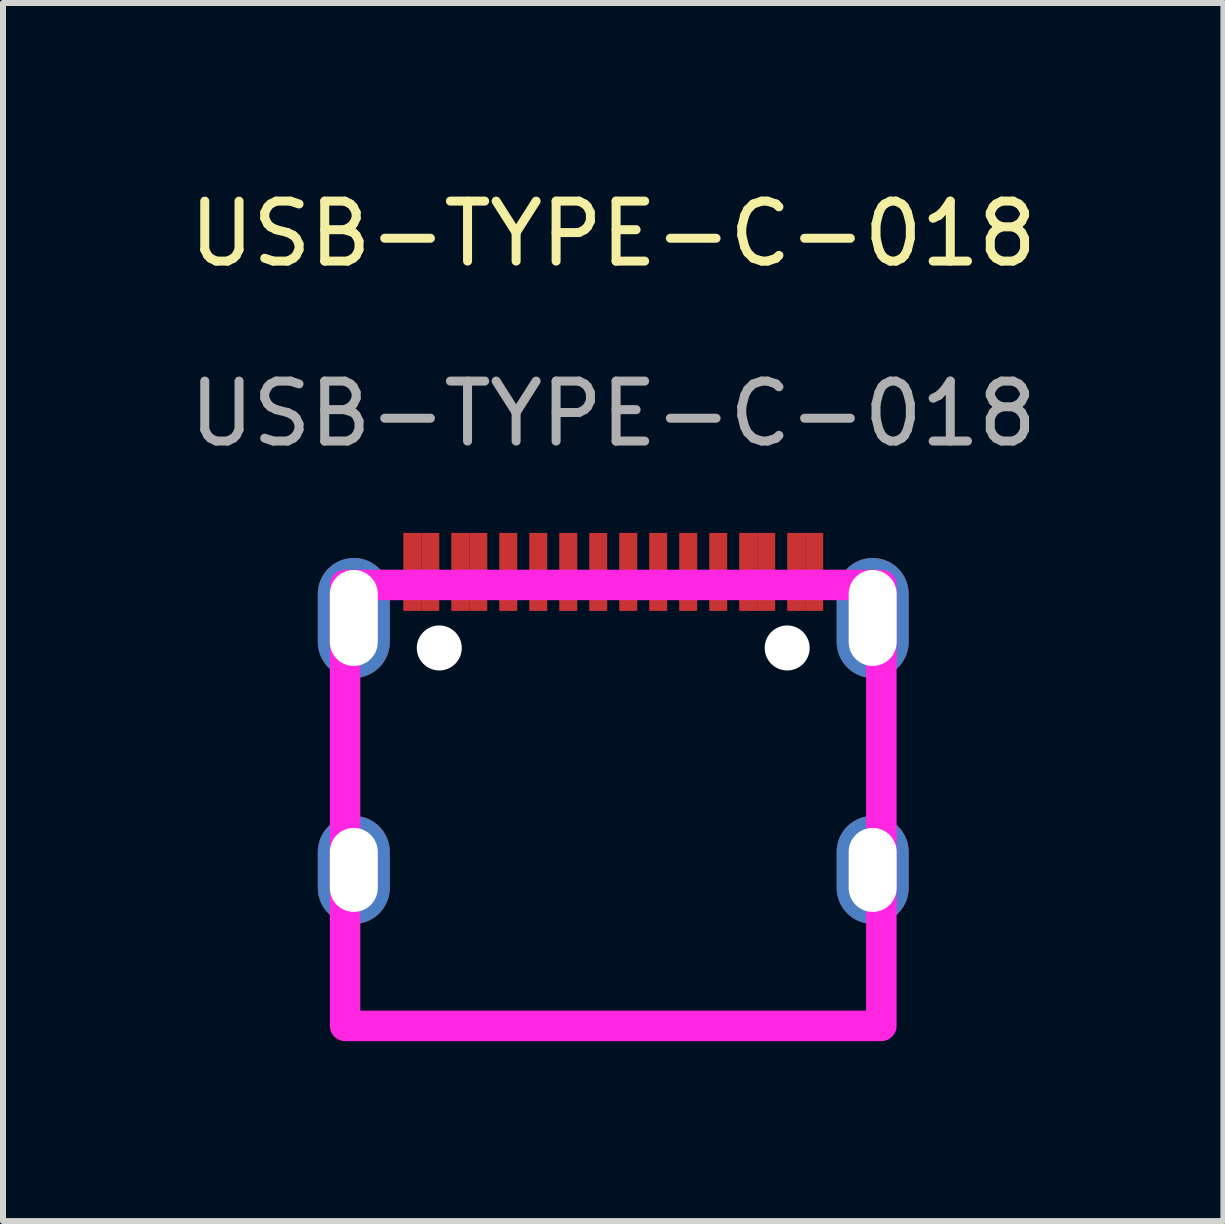
<source format=kicad_pcb>
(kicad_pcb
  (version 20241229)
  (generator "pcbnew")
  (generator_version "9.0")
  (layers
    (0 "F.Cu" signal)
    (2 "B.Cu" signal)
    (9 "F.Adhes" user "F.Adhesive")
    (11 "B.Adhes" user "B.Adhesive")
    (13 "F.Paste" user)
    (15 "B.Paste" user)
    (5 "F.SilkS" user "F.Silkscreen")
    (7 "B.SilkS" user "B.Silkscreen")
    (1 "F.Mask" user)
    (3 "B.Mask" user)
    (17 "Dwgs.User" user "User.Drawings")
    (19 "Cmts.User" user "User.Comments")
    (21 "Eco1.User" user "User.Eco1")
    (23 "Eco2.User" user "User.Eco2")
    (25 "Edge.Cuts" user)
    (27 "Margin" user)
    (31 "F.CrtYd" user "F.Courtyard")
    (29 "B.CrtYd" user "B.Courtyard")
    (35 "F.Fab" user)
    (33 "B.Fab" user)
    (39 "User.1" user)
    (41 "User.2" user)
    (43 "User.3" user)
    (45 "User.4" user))
  (footprint "USB-TYPE-C-018"
    (layer "F.Cu")
    (at 7.173 1.348)
    (property "Reference" "USB-TYPE-C-018" (at 0 -0.5 0) (unlocked yes) (layer "F.SilkS") (effects (font (size 1 1) (thickness 0.15))))
    (attr smd)
    (fp_line (start -4.469 8.986) (end -4.469 7.123) (stroke (width 0.254) (type solid)) (layer "F.SilkS"))
    (fp_line (start -4.469 12.704) (end -4.469 11.223) (stroke (width 0.254) (type solid)) (layer "F.SilkS"))
    (fp_line (start 4.471 8.986) (end 4.471 7.122) (stroke (width 0.254) (type solid)) (layer "F.SilkS"))
    (fp_line (start 4.471 12.704) (end -4.469 12.704) (stroke (width 0.254) (type solid)) (layer "F.SilkS"))
    (fp_line (start 4.471 12.704) (end 4.471 11.222) (stroke (width 0.254) (type solid)) (layer "F.SilkS"))
    (fp_poly (pts (xy -1.6 5.786) (xy -1.6 4.486) (xy -1.9 4.486) (xy -1.9 5.786)) (stroke (width 0) (type solid)) (fill yes) (layer "F.Paste"))
    (fp_poly (pts (xy -1.4 4.486) (xy -1.4 5.786) (xy -1.1 5.786) (xy -1.1 4.486)) (stroke (width 0) (type solid)) (fill yes) (layer "F.Paste"))
    (fp_poly (pts (xy -0.6 5.786) (xy -0.6 4.486) (xy -0.9 4.486) (xy -0.9 5.786)) (stroke (width 0) (type solid)) (fill yes) (layer "F.Paste"))
    (fp_poly (pts (xy -0.1 5.786) (xy -0.1 4.486) (xy -0.4 4.486) (xy -0.4 5.786)) (stroke (width 0) (type solid)) (fill yes) (layer "F.Paste"))
    (fp_poly (pts (xy 0.4 5.786) (xy 0.4 4.486) (xy 0.1 4.486) (xy 0.1 5.786)) (stroke (width 0) (type solid)) (fill yes) (layer "F.Paste"))
    (fp_poly (pts (xy 0.9 5.786) (xy 0.9 4.486) (xy 0.6 4.486) (xy 0.6 5.786)) (stroke (width 0) (type solid)) (fill yes) (layer "F.Paste"))
    (fp_poly (pts (xy 1.4 5.786) (xy 1.4 4.486) (xy 1.1 4.486) (xy 1.1 5.786)) (stroke (width 0) (type solid)) (fill yes) (layer "F.Paste"))
    (fp_poly (pts (xy 1.9 5.786) (xy 1.9 4.486) (xy 1.6 4.486) (xy 1.6 5.786)) (stroke (width 0) (type solid)) (fill yes) (layer "F.Paste"))
    (fp_poly (pts (xy -2.9 5.786) (xy -2.9 4.486) (xy -3.2 4.486) (xy -3.2 4.486) (xy -3.5 4.486) (xy -3.5 5.786) (xy -3.2 5.786) (xy -3.2 5.786)) (stroke (width 0) (type solid)) (fill yes) (layer "F.Paste"))
    (fp_poly (pts (xy -2.1 5.786) (xy -2.1 4.486) (xy -2.4 4.486) (xy -2.4 4.486) (xy -2.7 4.486) (xy -2.7 5.786) (xy -2.4 5.786) (xy -2.4 5.786)) (stroke (width 0) (type solid)) (fill yes) (layer "F.Paste"))
    (fp_poly (pts (xy 2.7 5.786) (xy 2.7 4.486) (xy 2.4 4.486) (xy 2.4 4.486) (xy 2.1 4.486) (xy 2.1 5.786) (xy 2.4 5.786) (xy 2.4 5.786)) (stroke (width 0) (type solid)) (fill yes) (layer "F.Paste"))
    (fp_poly (pts (xy 3.5 5.786) (xy 3.5 4.486) (xy 3.2 4.486) (xy 3.2 4.486) (xy 2.9 4.486) (xy 2.9 5.786) (xy 3.2 5.786) (xy 3.2 5.786)) (stroke (width 0) (type solid)) (fill yes) (layer "F.Paste"))
    (fp_poly (pts (xy -4.34 9.204) (xy -4.37 9.206) (xy -4.4 9.209) (xy -4.429 9.213) (xy -4.459 9.219) (xy -4.488 9.227) (xy -4.516 9.235) (xy -4.544 9.246) (xy -4.572 9.257) (xy -4.599 9.27) (xy -4.625 9.285) (xy -4.651 9.3) (xy -4.675 9.317) (xy -4.699 9.335) (xy -4.722 9.354) (xy -4.744 9.375) (xy -4.765 9.396) (xy -4.785 9.418) (xy -4.803 9.442) (xy -4.821 9.466) (xy -4.837 9.491) (xy -4.852 9.517) (xy -4.866 9.544) (xy -4.878 9.571) (xy -4.889 9.599) (xy -4.898 9.627) (xy -4.907 9.656) (xy -4.913 9.685) (xy -4.918 9.715) (xy -4.922 9.744) (xy -4.924 9.774) (xy -4.925 9.804) (xy -4.925 10.404) (xy -4.924 10.434) (xy -4.922 10.464) (xy -4.918 10.494) (xy -4.913 10.523) (xy -4.907 10.552) (xy -4.898 10.581) (xy -4.889 10.609) (xy -4.878 10.637) (xy -4.866 10.664) (xy -4.852 10.691) (xy -4.837 10.717) (xy -4.821 10.742) (xy -4.803 10.766) (xy -4.785 10.79) (xy -4.765 10.812) (xy -4.744 10.834) (xy -4.722 10.854) (xy -4.699 10.873) (xy -4.675 10.891) (xy -4.651 10.908) (xy -4.625 10.924) (xy -4.599 10.938) (xy -4.572 10.951) (xy -4.544 10.963) (xy -4.516 10.973) (xy -4.488 10.982) (xy -4.459 10.989) (xy -4.429 10.995) (xy -4.4 10.999) (xy -4.37 11.002) (xy -4.34 11.004) (xy -4.31 11.004) (xy -4.28 11.002) (xy -4.251 10.999) (xy -4.221 10.995) (xy -4.192 10.989) (xy -4.163 10.982) (xy -4.134 10.973) (xy -4.106 10.963) (xy -4.078 10.951) (xy -4.051 10.938) (xy -4.025 10.924) (xy -4 10.908) (xy -3.975 10.891) (xy -3.951 10.873) (xy -3.928 10.854) (xy -3.906 10.834) (xy -3.885 10.812) (xy -3.865 10.79) (xy -3.847 10.766) (xy -3.829 10.742) (xy -3.813 10.717) (xy -3.798 10.691) (xy -3.785 10.664) (xy -3.772 10.637) (xy -3.761 10.609) (xy -3.752 10.581) (xy -3.744 10.552) (xy -3.737 10.523) (xy -3.732 10.494) (xy -3.728 10.464) (xy -3.726 10.434) (xy -3.725 10.404) (xy -3.725 9.804) (xy -3.726 9.774) (xy -3.728 9.744) (xy -3.732 9.715) (xy -3.737 9.685) (xy -3.744 9.656) (xy -3.752 9.627) (xy -3.761 9.599) (xy -3.772 9.571) (xy -3.785 9.544) (xy -3.798 9.517) (xy -3.813 9.491) (xy -3.829 9.466) (xy -3.847 9.442) (xy -3.865 9.418) (xy -3.885 9.396) (xy -3.906 9.375) (xy -3.928 9.354) (xy -3.951 9.335) (xy -3.975 9.317) (xy -4 9.3) (xy -4.025 9.285) (xy -4.051 9.27) (xy -4.078 9.257) (xy -4.106 9.246) (xy -4.134 9.235) (xy -4.163 9.227) (xy -4.192 9.219) (xy -4.221 9.213) (xy -4.251 9.209) (xy -4.28 9.206) (xy -4.31 9.204)) (stroke (width 0) (type solid)) (fill yes) (layer "F.Paste"))
    (fp_poly (pts (xy -4.28 4.906) (xy -4.31 4.904) (xy -4.34 4.904) (xy -4.37 4.906) (xy -4.4 4.909) (xy -4.429 4.913) (xy -4.459 4.919) (xy -4.488 4.927) (xy -4.516 4.935) (xy -4.544 4.946) (xy -4.572 4.957) (xy -4.599 4.97) (xy -4.625 4.985) (xy -4.651 5) (xy -4.675 5.017) (xy -4.699 5.035) (xy -4.722 5.054) (xy -4.744 5.075) (xy -4.765 5.096) (xy -4.785 5.119) (xy -4.803 5.142) (xy -4.821 5.166) (xy -4.837 5.191) (xy -4.852 5.217) (xy -4.866 5.244) (xy -4.878 5.271) (xy -4.889 5.299) (xy -4.898 5.327) (xy -4.907 5.356) (xy -4.913 5.385) (xy -4.918 5.415) (xy -4.922 5.444) (xy -4.924 5.474) (xy -4.925 5.504) (xy -4.925 6.304) (xy -4.924 6.334) (xy -4.922 6.364) (xy -4.918 6.394) (xy -4.913 6.423) (xy -4.907 6.452) (xy -4.898 6.481) (xy -4.889 6.509) (xy -4.878 6.537) (xy -4.866 6.565) (xy -4.852 6.591) (xy -4.837 6.617) (xy -4.821 6.642) (xy -4.803 6.667) (xy -4.785 6.69) (xy -4.765 6.712) (xy -4.744 6.734) (xy -4.722 6.754) (xy -4.699 6.773) (xy -4.675 6.791) (xy -4.651 6.808) (xy -4.625 6.824) (xy -4.599 6.838) (xy -4.572 6.851) (xy -4.544 6.863) (xy -4.516 6.873) (xy -4.488 6.882) (xy -4.459 6.889) (xy -4.429 6.895) (xy -4.4 6.9) (xy -4.37 6.903) (xy -4.34 6.904) (xy -4.31 6.904) (xy -4.28 6.903) (xy -4.251 6.9) (xy -4.221 6.895) (xy -4.192 6.889) (xy -4.163 6.882) (xy -4.134 6.873) (xy -4.106 6.863) (xy -4.078 6.851) (xy -4.051 6.838) (xy -4.025 6.824) (xy -4 6.808) (xy -3.975 6.791) (xy -3.951 6.773) (xy -3.928 6.754) (xy -3.906 6.734) (xy -3.885 6.712) (xy -3.865 6.69) (xy -3.847 6.667) (xy -3.829 6.642) (xy -3.813 6.617) (xy -3.798 6.591) (xy -3.785 6.565) (xy -3.772 6.537) (xy -3.761 6.509) (xy -3.752 6.481) (xy -3.744 6.452) (xy -3.737 6.423) (xy -3.732 6.394) (xy -3.728 6.364) (xy -3.726 6.334) (xy -3.725 6.304) (xy -3.725 5.504) (xy -3.726 5.474) (xy -3.728 5.444) (xy -3.732 5.415) (xy -3.737 5.385) (xy -3.744 5.356) (xy -3.752 5.327) (xy -3.761 5.299) (xy -3.772 5.271) (xy -3.785 5.244) (xy -3.798 5.217) (xy -3.813 5.191) (xy -3.829 5.166) (xy -3.847 5.142) (xy -3.865 5.119) (xy -3.885 5.096) (xy -3.906 5.075) (xy -3.928 5.054) (xy -3.951 5.035) (xy -3.975 5.017) (xy -4 5) (xy -4.025 4.985) (xy -4.051 4.97) (xy -4.078 4.957) (xy -4.106 4.946) (xy -4.134 4.935) (xy -4.163 4.927) (xy -4.192 4.919) (xy -4.221 4.913) (xy -4.251 4.909)) (stroke (width 0) (type solid)) (fill yes) (layer "F.Paste"))
    (fp_poly (pts (xy 4.37 4.906) (xy 4.34 4.904) (xy 4.31 4.904) (xy 4.28 4.906) (xy 4.251 4.909) (xy 4.221 4.913) (xy 4.192 4.919) (xy 4.163 4.927) (xy 4.134 4.935) (xy 4.106 4.946) (xy 4.078 4.957) (xy 4.051 4.97) (xy 4.025 4.985) (xy 4 5) (xy 3.975 5.017) (xy 3.951 5.035) (xy 3.928 5.054) (xy 3.906 5.075) (xy 3.885 5.096) (xy 3.865 5.119) (xy 3.847 5.142) (xy 3.829 5.166) (xy 3.813 5.191) (xy 3.798 5.217) (xy 3.785 5.244) (xy 3.772 5.271) (xy 3.761 5.299) (xy 3.752 5.327) (xy 3.744 5.356) (xy 3.737 5.385) (xy 3.732 5.415) (xy 3.728 5.444) (xy 3.726 5.474) (xy 3.725 5.504) (xy 3.725 6.304) (xy 3.726 6.334) (xy 3.728 6.364) (xy 3.732 6.394) (xy 3.737 6.423) (xy 3.744 6.452) (xy 3.752 6.481) (xy 3.761 6.509) (xy 3.772 6.537) (xy 3.785 6.565) (xy 3.798 6.591) (xy 3.813 6.617) (xy 3.829 6.642) (xy 3.847 6.667) (xy 3.865 6.69) (xy 3.885 6.712) (xy 3.906 6.734) (xy 3.928 6.754) (xy 3.951 6.773) (xy 3.975 6.791) (xy 4 6.808) (xy 4.025 6.824) (xy 4.051 6.838) (xy 4.078 6.851) (xy 4.106 6.863) (xy 4.134 6.873) (xy 4.163 6.882) (xy 4.192 6.889) (xy 4.221 6.895) (xy 4.251 6.9) (xy 4.28 6.903) (xy 4.31 6.904) (xy 4.34 6.904) (xy 4.37 6.903) (xy 4.4 6.9) (xy 4.429 6.895) (xy 4.459 6.889) (xy 4.488 6.882) (xy 4.516 6.873) (xy 4.544 6.863) (xy 4.572 6.851) (xy 4.599 6.838) (xy 4.625 6.824) (xy 4.651 6.808) (xy 4.675 6.791) (xy 4.699 6.773) (xy 4.722 6.754) (xy 4.744 6.734) (xy 4.765 6.712) (xy 4.785 6.69) (xy 4.803 6.667) (xy 4.821 6.642) (xy 4.837 6.617) (xy 4.852 6.591) (xy 4.866 6.565) (xy 4.878 6.537) (xy 4.889 6.509) (xy 4.898 6.481) (xy 4.907 6.452) (xy 4.913 6.423) (xy 4.918 6.394) (xy 4.922 6.364) (xy 4.924 6.334) (xy 4.925 6.304) (xy 4.925 5.504) (xy 4.924 5.474) (xy 4.922 5.444) (xy 4.918 5.415) (xy 4.913 5.385) (xy 4.907 5.356) (xy 4.898 5.327) (xy 4.889 5.299) (xy 4.878 5.271) (xy 4.866 5.244) (xy 4.852 5.217) (xy 4.837 5.191) (xy 4.821 5.166) (xy 4.803 5.142) (xy 4.785 5.119) (xy 4.765 5.096) (xy 4.744 5.075) (xy 4.722 5.054) (xy 4.699 5.035) (xy 4.675 5.017) (xy 4.651 5) (xy 4.625 4.985) (xy 4.599 4.97) (xy 4.572 4.957) (xy 4.544 4.946) (xy 4.516 4.935) (xy 4.488 4.927) (xy 4.459 4.919) (xy 4.429 4.913) (xy 4.4 4.909)) (stroke (width 0) (type solid)) (fill yes) (layer "F.Paste"))
    (fp_poly (pts (xy 4.37 9.206) (xy 4.34 9.204) (xy 4.31 9.204) (xy 4.28 9.206) (xy 4.251 9.209) (xy 4.221 9.213) (xy 4.192 9.219) (xy 4.163 9.227) (xy 4.134 9.235) (xy 4.106 9.246) (xy 4.078 9.257) (xy 4.051 9.27) (xy 4.025 9.285) (xy 4 9.3) (xy 3.975 9.317) (xy 3.951 9.335) (xy 3.928 9.354) (xy 3.906 9.375) (xy 3.885 9.396) (xy 3.865 9.418) (xy 3.847 9.442) (xy 3.829 9.466) (xy 3.813 9.491) (xy 3.798 9.517) (xy 3.785 9.544) (xy 3.772 9.571) (xy 3.761 9.599) (xy 3.752 9.627) (xy 3.744 9.656) (xy 3.737 9.685) (xy 3.732 9.715) (xy 3.728 9.744) (xy 3.726 9.774) (xy 3.725 9.804) (xy 3.725 10.404) (xy 3.726 10.434) (xy 3.728 10.464) (xy 3.732 10.494) (xy 3.737 10.523) (xy 3.744 10.552) (xy 3.752 10.581) (xy 3.761 10.609) (xy 3.772 10.637) (xy 3.785 10.664) (xy 3.798 10.691) (xy 3.813 10.717) (xy 3.829 10.742) (xy 3.847 10.766) (xy 3.865 10.79) (xy 3.885 10.812) (xy 3.906 10.834) (xy 3.928 10.854) (xy 3.951 10.873) (xy 3.975 10.891) (xy 4 10.908) (xy 4.025 10.924) (xy 4.051 10.938) (xy 4.078 10.951) (xy 4.106 10.963) (xy 4.134 10.973) (xy 4.163 10.982) (xy 4.192 10.989) (xy 4.221 10.995) (xy 4.251 10.999) (xy 4.28 11.002) (xy 4.31 11.004) (xy 4.34 11.004) (xy 4.37 11.002) (xy 4.4 10.999) (xy 4.429 10.995) (xy 4.459 10.989) (xy 4.488 10.982) (xy 4.516 10.973) (xy 4.544 10.963) (xy 4.572 10.951) (xy 4.599 10.938) (xy 4.625 10.924) (xy 4.651 10.908) (xy 4.675 10.891) (xy 4.699 10.873) (xy 4.722 10.854) (xy 4.744 10.834) (xy 4.765 10.812) (xy 4.785 10.79) (xy 4.803 10.766) (xy 4.821 10.742) (xy 4.837 10.717) (xy 4.852 10.691) (xy 4.866 10.664) (xy 4.878 10.637) (xy 4.889 10.609) (xy 4.898 10.581) (xy 4.907 10.552) (xy 4.913 10.523) (xy 4.918 10.494) (xy 4.922 10.464) (xy 4.924 10.434) (xy 4.925 10.404) (xy 4.925 9.804) (xy 4.924 9.774) (xy 4.922 9.744) (xy 4.918 9.715) (xy 4.913 9.685) (xy 4.907 9.656) (xy 4.898 9.627) (xy 4.889 9.599) (xy 4.878 9.571) (xy 4.866 9.544) (xy 4.852 9.517) (xy 4.837 9.491) (xy 4.821 9.466) (xy 4.803 9.442) (xy 4.785 9.418) (xy 4.765 9.396) (xy 4.744 9.375) (xy 4.722 9.354) (xy 4.699 9.335) (xy 4.675 9.317) (xy 4.651 9.3) (xy 4.625 9.285) (xy 4.599 9.27) (xy 4.572 9.257) (xy 4.544 9.246) (xy 4.516 9.235) (xy 4.488 9.227) (xy 4.459 9.219) (xy 4.429 9.213) (xy 4.4 9.209)) (stroke (width 0) (type solid)) (fill yes) (layer "F.Paste"))
    (fp_circle (center -2.9 6.404) (end -2.9 6.529) (stroke (width 0.25) (type solid)) (fill no) (layer "Cmts.User"))
    (fp_circle (center 2.9 6.404) (end 2.9 6.529) (stroke (width 0.25) (type solid)) (fill no) (layer "Cmts.User"))
    (fp_poly (pts (xy -4.47 12.704) (xy -4.47 5.354) (xy 4.47 5.354) (xy 4.47 12.704)) (stroke (width 0.508) (type solid)) (fill no) (layer "F.CrtYd"))
    (fp_text user "${REFERENCE}" (at 0 2.5 0) (unlocked yes) (layer "F.Fab") (effects (font (size 1 1) (thickness 0.15))))
    (pad "" np_thru_hole circle (at -2.9 6.404) (size 0.75 0.75) (drill 0.75) (layers "*.Cu" "*.Mask"))
    (pad "" np_thru_hole circle (at 2.9 6.404) (size 0.75 0.75) (drill 0.75) (layers "*.Cu" "*.Mask"))
    (pad "0" thru_hole oval (at -4.325 5.904) (size 1.2 2) (drill oval 0.8 1.6) (layers "*.Cu" "*.Mask"))
    (pad "1" thru_hole oval (at 4.325 5.904) (size 1.2 2) (drill oval 0.8 1.6) (layers "*.Cu" "*.Mask"))
    (pad "2" thru_hole oval (at 4.325 10.104) (size 1.2 1.8) (drill oval 0.8 1.4) (layers "*.Cu" "*.Mask"))
    (pad "3" thru_hole oval (at -4.325 10.104) (size 1.2 1.8) (drill oval 0.8 1.4) (layers "*.Cu" "*.Mask"))
    (pad "A1" smd rect (at -3.35 5.136) (size 0.3 1.3) (layers "F.Cu" "F.Mask" "F.Paste"))
    (pad "A4" smd rect (at -2.55 5.136) (size 0.3 1.3) (layers "F.Cu" "F.Mask" "F.Paste"))
    (pad "A5" smd rect (at -1.25 5.136) (size 0.3 1.3) (layers "F.Cu" "F.Mask" "F.Paste"))
    (pad "A6" smd rect (at -0.25 5.136) (size 0.3 1.3) (layers "F.Cu" "F.Mask" "F.Paste"))
    (pad "A7" smd rect (at 0.25 5.136) (size 0.3 1.3) (layers "F.Cu" "F.Mask" "F.Paste"))
    (pad "A8" smd rect (at 1.25 5.136) (size 0.3 1.3) (layers "F.Cu" "F.Mask" "F.Paste"))
    (pad "A9" smd rect (at 2.55 5.136) (size 0.3 1.3) (layers "F.Cu" "F.Mask" "F.Paste"))
    (pad "A12" smd rect (at 3.35 5.136) (size 0.3 1.3) (layers "F.Cu" "F.Mask" "F.Paste"))
    (pad "B1" smd rect (at 3.05 5.136) (size 0.3 1.3) (layers "F.Cu" "F.Mask" "F.Paste"))
    (pad "B4" smd rect (at 2.25 5.136) (size 0.3 1.3) (layers "F.Cu" "F.Mask" "F.Paste"))
    (pad "B5" smd rect (at 1.75 5.136) (size 0.3 1.3) (layers "F.Cu" "F.Mask" "F.Paste"))
    (pad "B6" smd rect (at 0.75 5.136) (size 0.3 1.3) (layers "F.Cu" "F.Mask" "F.Paste"))
    (pad "B7" smd rect (at -0.75 5.136) (size 0.3 1.3) (layers "F.Cu" "F.Mask" "F.Paste"))
    (pad "B8" smd rect (at -1.75 5.136) (size 0.3 1.3) (layers "F.Cu" "F.Mask" "F.Paste"))
    (pad "B9" smd rect (at -2.25 5.136) (size 0.3 1.3) (layers "F.Cu" "F.Mask" "F.Paste"))
    (pad "B12" smd rect (at -3.05 5.136) (size 0.3 1.3) (layers "F.Cu" "F.Mask" "F.Paste")))
  (gr_rect
    (start -3 -3)
    (end 17.345 17.306)
    (stroke (width 0.1) (type default))
    (fill no)
    (layer "Edge.Cuts")))
</source>
